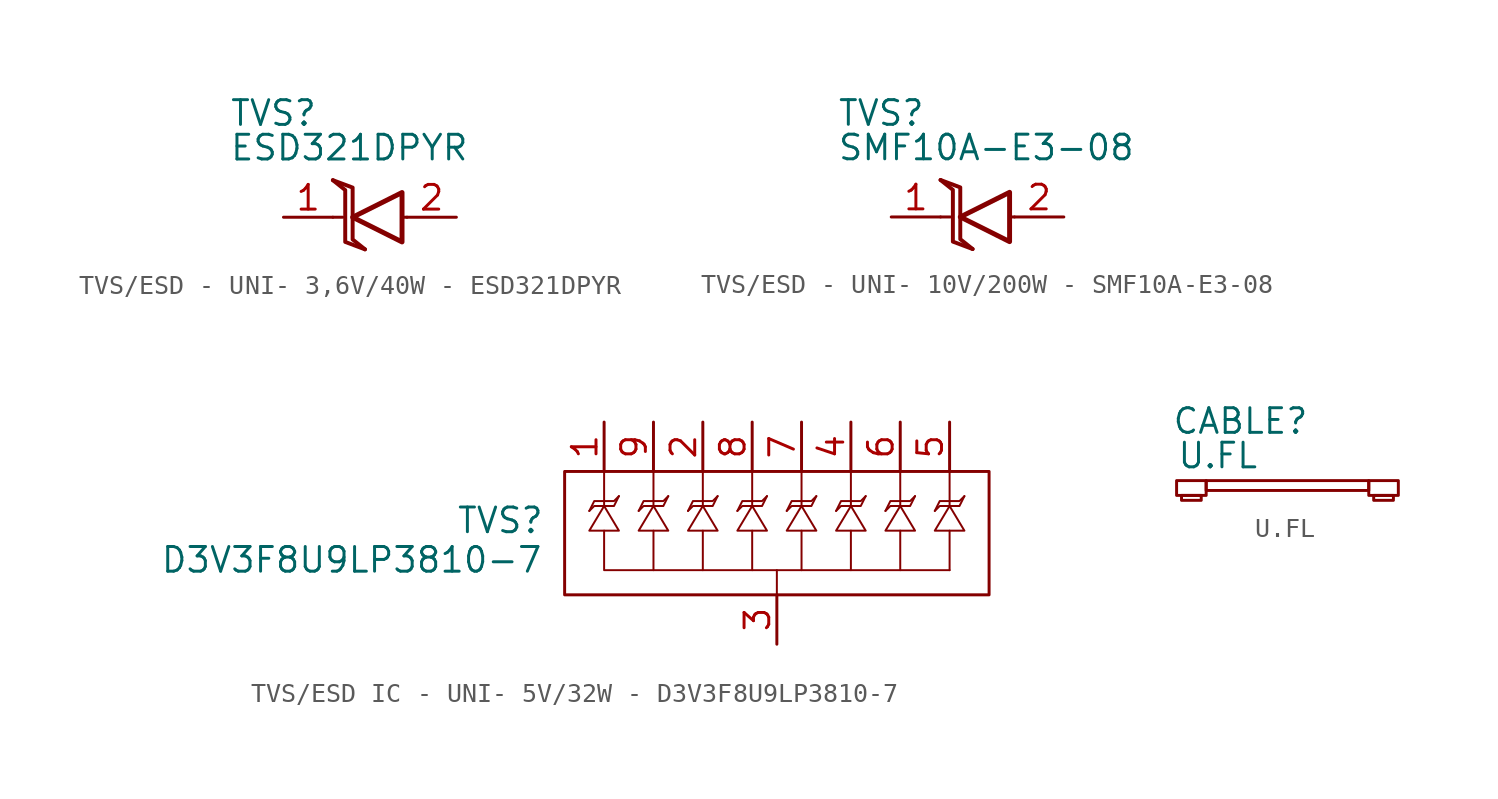
<source format=kicad_sym>
(kicad_symbol_lib
  (version 20241209)
  (generator "kicad_symbol_editor")
  (generator_version "9.0")
  (symbol "TVS/ESD - UNI- 3,6V/40W - ESD321DPYR"
    (property "Reference" "TVS"
      (at -6.604 6.096 0)
      (effects (font (size 1.27 1.27)) (justify left top)))
    (property "Value" "ESD321DPYR"
      (at -6.604 4.318 0)
      (effects (font (size 1.27 1.27)) (justify left top)))
    (symbol "TVS/ESD - UNI- 3,6V/40W - ESD321DPYR_0_1"
      (polyline (pts (xy -1.27 1.905) (xy -0.635 1.397) (xy -0.635 -1.27) (xy 0.381 -1.651)) (stroke (width 0.203) (type default)) (fill (type none)))
      (polyline (pts (xy -1.27 1.905) (xy -0.254 1.524) (xy -0.254 -1.143) (xy 0.381 -1.651)) (stroke (width 0.203) (type default)) (fill (type none)))
      (polyline (pts (xy -1.27 0) (xy -0.762 0)) (stroke (width 0) (type default)) (fill (type none)))
      (polyline (pts (xy 2.286 -1.27) (xy 2.286 1.27) (xy -0.254 0) (xy 2.286 -1.27)) (stroke (width 0.254) (type default)) (fill (type none)))
      (polyline (pts (xy 2.54 0) (xy 2.286 0)) (stroke (width 0) (type default)) (fill (type none))))
    (symbol "TVS/ESD - UNI- 3,6V/40W - ESD321DPYR_1_1"
      (pin passive line (at -3.81 0 0) (length 2.54) (name "" (effects (font (size 1.27 1.27)))) (number "1" (effects (font (size 1.27 1.27)))))
      (pin passive line (at 5.08 0 180) (length 2.54) (name "" (effects (font (size 1.27 1.27)))) (number "2" (effects (font (size 1.27 1.27)))))))
  (symbol "TVS/ESD - UNI- 10V/200W - SMF10A-E3-08"
    (property "Reference" "TVS"
      (at -6.604 6.096 0)
      (effects (font (size 1.27 1.27)) (justify left top)))
    (property "Value" "SMF10A-E3-08"
      (at -6.604 4.318 0)
      (effects (font (size 1.27 1.27)) (justify left top)))
    (symbol "TVS/ESD - UNI- 10V/200W - SMF10A-E3-08_0_1"
      (polyline (pts (xy -1.27 1.905) (xy -0.635 1.397) (xy -0.635 -1.27) (xy 0.381 -1.651)) (stroke (width 0.203) (type default)) (fill (type none)))
      (polyline (pts (xy -1.27 1.905) (xy -0.254 1.524) (xy -0.254 -1.143) (xy 0.381 -1.651)) (stroke (width 0.203) (type default)) (fill (type none)))
      (polyline (pts (xy -1.27 0) (xy -0.762 0)) (stroke (width 0) (type default)) (fill (type none)))
      (polyline (pts (xy 2.286 -1.27) (xy 2.286 1.27) (xy -0.254 0) (xy 2.286 -1.27)) (stroke (width 0.254) (type default)) (fill (type none)))
      (polyline (pts (xy 2.54 0) (xy 2.286 0)) (stroke (width 0) (type default)) (fill (type none))))
    (symbol "TVS/ESD - UNI- 10V/200W - SMF10A-E3-08_1_1"
      (pin passive line (at -3.81 0 0) (length 2.54) (name "" (effects (font (size 1.27 1.27)))) (number "1" (effects (font (size 1.27 1.27)))))
      (pin passive line (at 5.08 0 180) (length 2.54) (name "" (effects (font (size 1.27 1.27)))) (number "2" (effects (font (size 1.27 1.27)))))))
  (symbol "TVS/ESD IC - UNI- 5V/32W - D3V3F8U9LP3810-7"
    (property "Reference" "TVS"
      (at -16.51 0.762 0)
      (effects (font (size 1.27 1.27)) (justify left top)))
    (property "Value" "D3V3F8U9LP3810-7"
      (at -31.75 -1.27 0)
      (effects (font (size 1.27 1.27)) (justify left top)))
    (symbol "TVS/ESD IC - UNI- 5V/32W - D3V3F8U9LP3810-7_0_1"
      (rectangle (start -10.922 2.54) (end 10.922 -3.81) (stroke (width 0) (type default)) (fill (type none))))
    (symbol "TVS/ESD IC - UNI- 5V/32W - D3V3F8U9LP3810-7_1_1"
      (polyline (pts (xy -9.652 -0.508) (xy -8.128 -0.508) (xy -8.89 0.762) (xy -9.652 -0.508)) (stroke (width 0.102) (type default)) (fill (type none)))
      (polyline (pts (xy -8.89 0.762) (xy -8.89 2.54)) (stroke (width 0.102) (type default)) (fill (type none)))
      (polyline (pts (xy -8.89 -0.508) (xy -8.89 -2.54) (xy 1.27 -2.54) (xy 8.89 -2.54)) (stroke (width 0.102) (type default)) (fill (type none)))
      (polyline (pts (xy -8.128 1.27) (xy -8.382 1.016) (xy -9.398 1.016) (xy -9.652 0.508)) (stroke (width 0.102) (type default)) (fill (type none)))
      (polyline (pts (xy -8.128 1.27) (xy -8.382 0.762) (xy -9.398 0.762) (xy -9.652 0.508)) (stroke (width 0.102) (type default)) (fill (type none)))
      (polyline (pts (xy -7.112 -0.508) (xy -5.588 -0.508) (xy -6.35 0.762) (xy -7.112 -0.508)) (stroke (width 0.102) (type default)) (fill (type none)))
      (polyline (pts (xy -6.35 0.762) (xy -6.35 2.54)) (stroke (width 0.102) (type default)) (fill (type none)))
      (polyline (pts (xy -6.35 -0.508) (xy -6.35 -2.54)) (stroke (width 0.102) (type default)) (fill (type none)))
      (polyline (pts (xy -5.588 1.27) (xy -5.842 1.016) (xy -6.858 1.016) (xy -7.112 0.508)) (stroke (width 0.102) (type default)) (fill (type none)))
      (polyline (pts (xy -5.588 1.27) (xy -5.842 0.762) (xy -6.858 0.762) (xy -7.112 0.508)) (stroke (width 0.102) (type default)) (fill (type none)))
      (polyline (pts (xy -4.572 -0.508) (xy -3.048 -0.508) (xy -3.81 0.762) (xy -4.572 -0.508)) (stroke (width 0.102) (type default)) (fill (type none)))
      (polyline (pts (xy -3.81 0.762) (xy -3.81 2.54)) (stroke (width 0.102) (type default)) (fill (type none)))
      (polyline (pts (xy -3.81 -0.508) (xy -3.81 -2.54)) (stroke (width 0.102) (type default)) (fill (type none)))
      (polyline (pts (xy -3.048 1.27) (xy -3.302 1.016) (xy -4.318 1.016) (xy -4.572 0.508)) (stroke (width 0.102) (type default)) (fill (type none)))
      (polyline (pts (xy -3.048 1.27) (xy -3.302 0.762) (xy -4.318 0.762) (xy -4.572 0.508)) (stroke (width 0.102) (type default)) (fill (type none)))
      (polyline (pts (xy -2.032 -0.508) (xy -0.508 -0.508) (xy -1.27 0.762) (xy -2.032 -0.508)) (stroke (width 0.102) (type default)) (fill (type none)))
      (polyline (pts (xy -1.27 0.762) (xy -1.27 2.54)) (stroke (width 0.102) (type default)) (fill (type none)))
      (polyline (pts (xy -1.27 -0.508) (xy -1.27 -2.54)) (stroke (width 0.102) (type default)) (fill (type none)))
      (polyline (pts (xy -0.508 1.27) (xy -0.762 1.016) (xy -1.778 1.016) (xy -2.032 0.508)) (stroke (width 0.102) (type default)) (fill (type none)))
      (polyline (pts (xy -0.508 1.27) (xy -0.762 0.762) (xy -1.778 0.762) (xy -2.032 0.508)) (stroke (width 0.102) (type default)) (fill (type none)))
      (polyline (pts (xy 0 -2.54) (xy 0 -3.81)) (stroke (width 0.102) (type default)) (fill (type none)))
      (polyline (pts (xy 0.508 -0.508) (xy 2.032 -0.508) (xy 1.27 0.762) (xy 0.508 -0.508)) (stroke (width 0.102) (type default)) (fill (type none)))
      (polyline (pts (xy 1.27 0.762) (xy 1.27 2.54)) (stroke (width 0.102) (type default)) (fill (type none)))
      (polyline (pts (xy 1.27 -0.508) (xy 1.27 -2.54)) (stroke (width 0.102) (type default)) (fill (type none)))
      (polyline (pts (xy 2.032 1.27) (xy 1.778 1.016) (xy 0.762 1.016) (xy 0.508 0.508)) (stroke (width 0.102) (type default)) (fill (type none)))
      (polyline (pts (xy 2.032 1.27) (xy 1.778 0.762) (xy 0.762 0.762) (xy 0.508 0.508)) (stroke (width 0.102) (type default)) (fill (type none)))
      (polyline (pts (xy 3.048 -0.508) (xy 4.572 -0.508) (xy 3.81 0.762) (xy 3.048 -0.508)) (stroke (width 0.102) (type default)) (fill (type none)))
      (polyline (pts (xy 3.81 0.762) (xy 3.81 2.54)) (stroke (width 0.102) (type default)) (fill (type none)))
      (polyline (pts (xy 3.81 -0.508) (xy 3.81 -2.54) (xy 3.81 -2.54)) (stroke (width 0.102) (type default)) (fill (type none)))
      (polyline (pts (xy 4.572 1.27) (xy 4.318 1.016) (xy 3.302 1.016) (xy 3.048 0.508)) (stroke (width 0.102) (type default)) (fill (type none)))
      (polyline (pts (xy 4.572 1.27) (xy 4.318 0.762) (xy 3.302 0.762) (xy 3.048 0.508)) (stroke (width 0.102) (type default)) (fill (type none)))
      (polyline (pts (xy 5.588 -0.508) (xy 7.112 -0.508) (xy 6.35 0.762) (xy 5.588 -0.508)) (stroke (width 0.102) (type default)) (fill (type none)))
      (polyline (pts (xy 6.35 0.762) (xy 6.35 2.54)) (stroke (width 0.102) (type default)) (fill (type none)))
      (polyline (pts (xy 6.35 -0.508) (xy 6.35 -2.54) (xy 6.35 -2.54)) (stroke (width 0.102) (type default)) (fill (type none)))
      (polyline (pts (xy 7.112 1.27) (xy 6.858 1.016) (xy 5.842 1.016) (xy 5.588 0.508)) (stroke (width 0.102) (type default)) (fill (type none)))
      (polyline (pts (xy 7.112 1.27) (xy 6.858 0.762) (xy 5.842 0.762) (xy 5.588 0.508)) (stroke (width 0.102) (type default)) (fill (type none)))
      (polyline (pts (xy 8.128 -0.508) (xy 9.652 -0.508) (xy 8.89 0.762) (xy 8.128 -0.508)) (stroke (width 0.102) (type default)) (fill (type none)))
      (polyline (pts (xy 8.89 0.762) (xy 8.89 2.54)) (stroke (width 0.102) (type default)) (fill (type none)))
      (polyline (pts (xy 8.89 -0.508) (xy 8.89 -2.54) (xy 8.89 -2.54)) (stroke (width 0.102) (type default)) (fill (type none)))
      (polyline (pts (xy 9.652 1.27) (xy 9.398 1.016) (xy 8.382 1.016) (xy 8.128 0.508)) (stroke (width 0.102) (type default)) (fill (type none)))
      (polyline (pts (xy 9.652 1.27) (xy 9.398 0.762) (xy 8.382 0.762) (xy 8.128 0.508)) (stroke (width 0.102) (type default)) (fill (type none)))
      (pin passive line (at -8.89 5.08 270) (length 2.54) (name "" (effects (font (size 1.27 1.27)))) (number "1" (effects (font (size 1.27 1.27)))))
      (pin passive line (at -6.35 5.08 270) (length 2.54) (name "" (effects (font (size 1.27 1.27)))) (number "9" (effects (font (size 1.27 1.27)))))
      (pin passive line (at -3.81 5.08 270) (length 2.54) (name "" (effects (font (size 1.27 1.27)))) (number "2" (effects (font (size 1.27 1.27)))))
      (pin passive line (at -1.27 5.08 270) (length 2.54) (name "" (effects (font (size 1.27 1.27)))) (number "8" (effects (font (size 1.27 1.27)))))
      (pin passive line (at 0 -6.35 90) (length 2.54) (name "" (effects (font (size 1.27 1.27)))) (number "3" (effects (font (size 1.27 1.27)))))
      (pin passive line (at 1.27 5.08 270) (length 2.54) (name "" (effects (font (size 1.27 1.27)))) (number "7" (effects (font (size 1.27 1.27)))))
      (pin passive line (at 3.81 5.08 270) (length 2.54) (name "" (effects (font (size 1.27 1.27)))) (number "4" (effects (font (size 1.27 1.27)))))
      (pin passive line (at 6.35 5.08 270) (length 2.54) (name "" (effects (font (size 1.27 1.27)))) (number "6" (effects (font (size 1.27 1.27)))))
      (pin passive line (at 8.89 5.08 270) (length 2.54) (name "" (effects (font (size 1.27 1.27)))) (number "5" (effects (font (size 1.27 1.27)))))))
  (symbol "U.FL"
    (property "Reference" "CABLE"
      (at -6.096 4.064 0)
      (effects (font (size 1.27 1.27)) (justify left top)))
    (property "Value" "U.FL"
      (at -5.842 2.286 0)
      (effects (font (size 1.27 1.27)) (justify left top)))
    (symbol "U.FL_0_1"
      (rectangle (start -5.842 0.254) (end -4.318 -0.508) (stroke (width 0) (type default)) (fill (type none)))
      (rectangle (start -5.588 -0.508) (end -4.572 -0.762) (stroke (width 0) (type default)) (fill (type none)))
      (rectangle (start -4.318 0.254) (end 4.064 -0.254) (stroke (width 0) (type default)) (fill (type none)))
      (rectangle (start 4.064 0.254) (end 5.588 -0.508) (stroke (width 0) (type default)) (fill (type none)))
      (rectangle (start 4.318 -0.508) (end 5.334 -0.762) (stroke (width 0) (type default)) (fill (type none))))))
</source>
